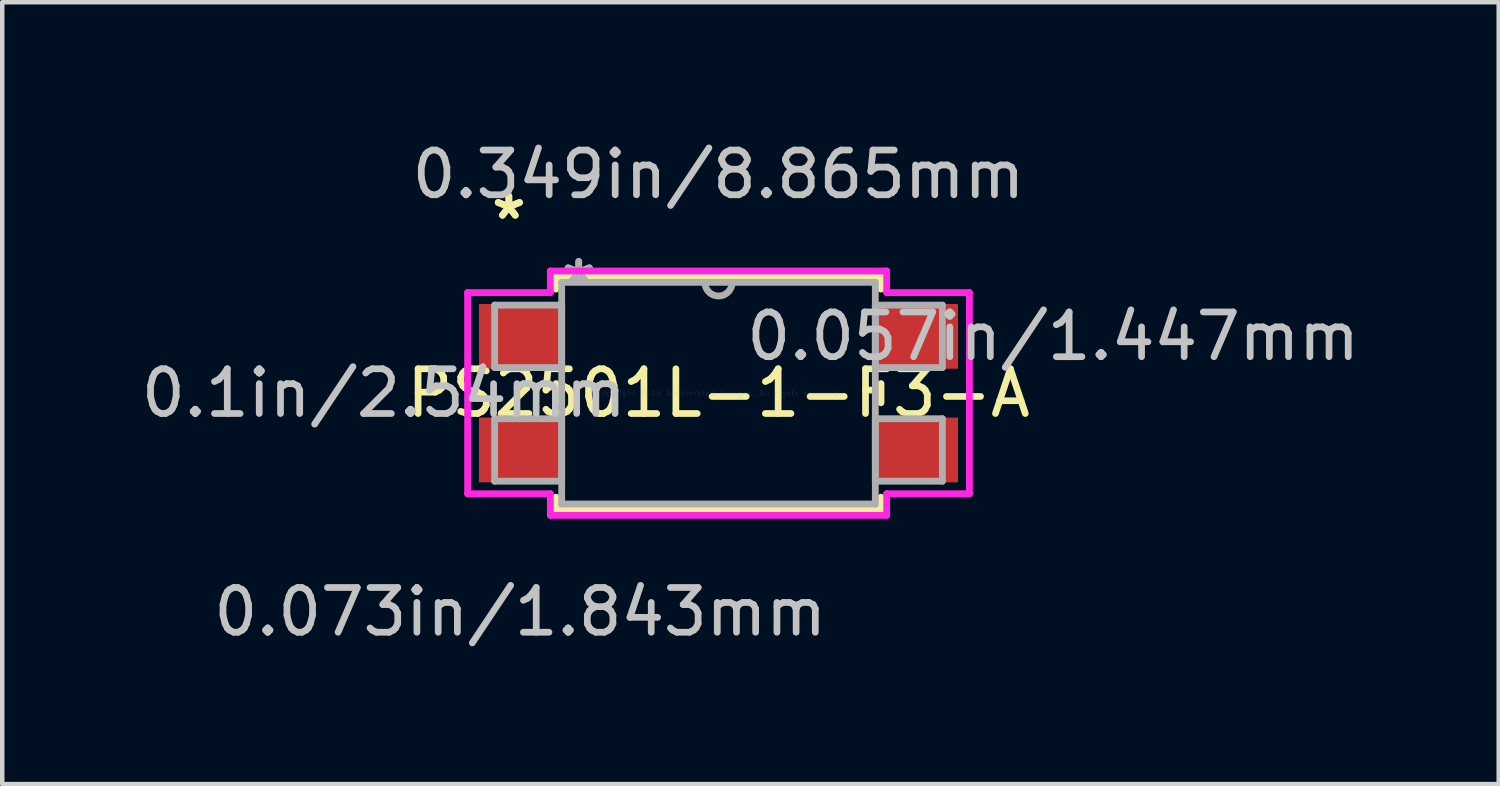
<source format=kicad_pcb>
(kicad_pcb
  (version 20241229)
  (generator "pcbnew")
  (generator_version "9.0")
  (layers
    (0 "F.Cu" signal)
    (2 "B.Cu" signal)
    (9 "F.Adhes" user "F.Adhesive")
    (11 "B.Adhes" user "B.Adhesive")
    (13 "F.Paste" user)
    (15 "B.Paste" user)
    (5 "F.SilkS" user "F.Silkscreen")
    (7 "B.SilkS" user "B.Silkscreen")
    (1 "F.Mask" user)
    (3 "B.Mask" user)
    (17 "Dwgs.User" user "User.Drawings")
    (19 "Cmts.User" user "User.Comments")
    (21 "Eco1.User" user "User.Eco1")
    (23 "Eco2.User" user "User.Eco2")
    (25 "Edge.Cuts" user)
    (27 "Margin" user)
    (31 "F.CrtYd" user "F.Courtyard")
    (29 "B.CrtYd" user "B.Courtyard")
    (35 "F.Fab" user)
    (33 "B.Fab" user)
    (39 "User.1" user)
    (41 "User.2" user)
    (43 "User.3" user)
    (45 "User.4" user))
  (footprint "PS2501L-1-F3-A"
    (layer "F.Cu")
    (at 13.01 5.738)
    (property "Reference" "PS2501L-1-F3-A" (at 0 0 0) (layer "F.SilkS") (effects (font (size 1 1) (thickness 0.15))))
    (attr through_hole)
    (fp_line (start -3.632 -2.603) (end -3.632 -2.326) (stroke (width 0.152) (type solid)) (layer "F.SilkS"))
    (fp_line (start -3.632 -0.214) (end -3.632 0.214) (stroke (width 0.152) (type solid)) (layer "F.SilkS"))
    (fp_line (start -3.632 2.326) (end -3.632 2.603) (stroke (width 0.152) (type solid)) (layer "F.SilkS"))
    (fp_line (start -3.632 2.603) (end 3.632 2.603) (stroke (width 0.152) (type solid)) (layer "F.SilkS"))
    (fp_line (start 3.632 -2.603) (end -3.632 -2.603) (stroke (width 0.152) (type solid)) (layer "F.SilkS"))
    (fp_line (start 3.632 -2.326) (end 3.632 -2.603) (stroke (width 0.152) (type solid)) (layer "F.SilkS"))
    (fp_line (start 3.632 0.214) (end 3.632 -0.214) (stroke (width 0.152) (type solid)) (layer "F.SilkS"))
    (fp_line (start 3.632 2.603) (end 3.632 2.326) (stroke (width 0.152) (type solid)) (layer "F.SilkS"))
    (fp_line (start -5.608 -2.248) (end -3.759 -2.248) (stroke (width 0.152) (type solid)) (layer "F.CrtYd"))
    (fp_line (start -5.608 2.248) (end -5.608 -2.248) (stroke (width 0.152) (type solid)) (layer "F.CrtYd"))
    (fp_line (start -3.759 -2.731) (end 3.759 -2.731) (stroke (width 0.152) (type solid)) (layer "F.CrtYd"))
    (fp_line (start -3.759 -2.248) (end -3.759 -2.731) (stroke (width 0.152) (type solid)) (layer "F.CrtYd"))
    (fp_line (start -3.759 2.248) (end -5.608 2.248) (stroke (width 0.152) (type solid)) (layer "F.CrtYd"))
    (fp_line (start -3.759 2.731) (end -3.759 2.248) (stroke (width 0.152) (type solid)) (layer "F.CrtYd"))
    (fp_line (start 3.759 -2.731) (end 3.759 -2.248) (stroke (width 0.152) (type solid)) (layer "F.CrtYd"))
    (fp_line (start 3.759 -2.248) (end 5.608 -2.248) (stroke (width 0.152) (type solid)) (layer "F.CrtYd"))
    (fp_line (start 3.759 2.248) (end 3.759 2.731) (stroke (width 0.152) (type solid)) (layer "F.CrtYd"))
    (fp_line (start 3.759 2.731) (end -3.759 2.731) (stroke (width 0.152) (type solid)) (layer "F.CrtYd"))
    (fp_line (start 5.608 -2.248) (end 5.608 2.248) (stroke (width 0.152) (type solid)) (layer "F.CrtYd"))
    (fp_line (start 5.608 2.248) (end 3.759 2.248) (stroke (width 0.152) (type solid)) (layer "F.CrtYd"))
    (fp_line (start -5.004 -1.968) (end -5.004 -0.572) (stroke (width 0.152) (type solid)) (layer "F.Fab"))
    (fp_line (start -5.004 -0.572) (end -3.505 -0.572) (stroke (width 0.152) (type solid)) (layer "F.Fab"))
    (fp_line (start -5.004 0.572) (end -5.004 1.968) (stroke (width 0.152) (type solid)) (layer "F.Fab"))
    (fp_line (start -5.004 1.968) (end -3.505 1.968) (stroke (width 0.152) (type solid)) (layer "F.Fab"))
    (fp_line (start -3.505 -2.477) (end -3.505 2.477) (stroke (width 0.152) (type solid)) (layer "F.Fab"))
    (fp_line (start -3.505 -1.968) (end -5.004 -1.968) (stroke (width 0.152) (type solid)) (layer "F.Fab"))
    (fp_line (start -3.505 -0.572) (end -3.505 -1.968) (stroke (width 0.152) (type solid)) (layer "F.Fab"))
    (fp_line (start -3.505 0.572) (end -5.004 0.572) (stroke (width 0.152) (type solid)) (layer "F.Fab"))
    (fp_line (start -3.505 1.968) (end -3.505 0.572) (stroke (width 0.152) (type solid)) (layer "F.Fab"))
    (fp_line (start -3.505 2.477) (end 3.505 2.477) (stroke (width 0.152) (type solid)) (layer "F.Fab"))
    (fp_line (start 3.505 -2.477) (end -3.505 -2.477) (stroke (width 0.152) (type solid)) (layer "F.Fab"))
    (fp_line (start 3.505 -1.968) (end 3.505 -0.572) (stroke (width 0.152) (type solid)) (layer "F.Fab"))
    (fp_line (start 3.505 -0.572) (end 5.004 -0.572) (stroke (width 0.152) (type solid)) (layer "F.Fab"))
    (fp_line (start 3.505 0.572) (end 3.505 1.968) (stroke (width 0.152) (type solid)) (layer "F.Fab"))
    (fp_line (start 3.505 1.968) (end 5.004 1.968) (stroke (width 0.152) (type solid)) (layer "F.Fab"))
    (fp_line (start 3.505 2.477) (end 3.505 -2.477) (stroke (width 0.152) (type solid)) (layer "F.Fab"))
    (fp_line (start 5.004 -1.968) (end 3.505 -1.968) (stroke (width 0.152) (type solid)) (layer "F.Fab"))
    (fp_line (start 5.004 -0.572) (end 5.004 -1.968) (stroke (width 0.152) (type solid)) (layer "F.Fab"))
    (fp_line (start 5.004 0.572) (end 3.505 0.572) (stroke (width 0.152) (type solid)) (layer "F.Fab"))
    (fp_line (start 5.004 1.968) (end 5.004 0.572) (stroke (width 0.152) (type solid)) (layer "F.Fab"))
    (fp_arc (start 0.3048 -2.4765) (mid 0 -2.1717) (end -0.3048 -2.4765) (stroke (width 0.1524) (type solid)) (layer "F.Fab"))
    (fp_text user "*" (at -4.686 -3.86 0) (layer "F.SilkS") (effects (font (size 1 1) (thickness 0.15))))
    (fp_text user "*" (at -4.686 -3.86 0) (layer "F.SilkS") (effects (font (size 1 1) (thickness 0.15))))
    (fp_text user "0.057in/1.447mm" (at 7.48 -1.27 0) (layer "Dwgs.User") (effects (font (size 1 1) (thickness 0.15))))
    (fp_text user "0.349in/8.865mm" (at 0 -4.889 0) (layer "Dwgs.User") (effects (font (size 1 1) (thickness 0.15))))
    (fp_text user "0.1in/2.54mm" (at -7.48 0 0) (layer "Dwgs.User") (effects (font (size 1 1) (thickness 0.15))))
    (fp_text user "0.073in/1.843mm" (at -4.432 4.889 0) (layer "Dwgs.User") (effects (font (size 1 1) (thickness 0.15))))
    (fp_text user "Copyright 2016 Accelerated Designs. All rights reserved." (at 0 0 0) (layer "Cmts.User") (effects (font (size 0.127 0.127) (thickness 0.002))))
    (fp_text user "*" (at -3.124 -2.4 0) (layer "F.Fab") (effects (font (size 1 1) (thickness 0.15))))
    (fp_text user "*" (at -3.124 -2.4 0) (layer "F.Fab") (effects (font (size 1 1) (thickness 0.15))))
    (pad "1" smd rect (at -4.432 -1.27) (size 1.843 1.447) (layers "F.Cu" "F.Mask" "F.Paste"))
    (pad "2" smd rect (at -4.432 1.27) (size 1.843 1.447) (layers "F.Cu" "F.Mask" "F.Paste"))
    (pad "3" smd rect (at 4.432 1.27) (size 1.843 1.447) (layers "F.Cu" "F.Mask" "F.Paste"))
    (pad "4" smd rect (at 4.432 -1.27) (size 1.843 1.447) (layers "F.Cu" "F.Mask" "F.Paste")))
  (gr_rect
    (start -3 -3)
    (end 30.449 14.476)
    (stroke (width 0.1) (type default))
    (fill no)
    (layer "Edge.Cuts")))
</source>
